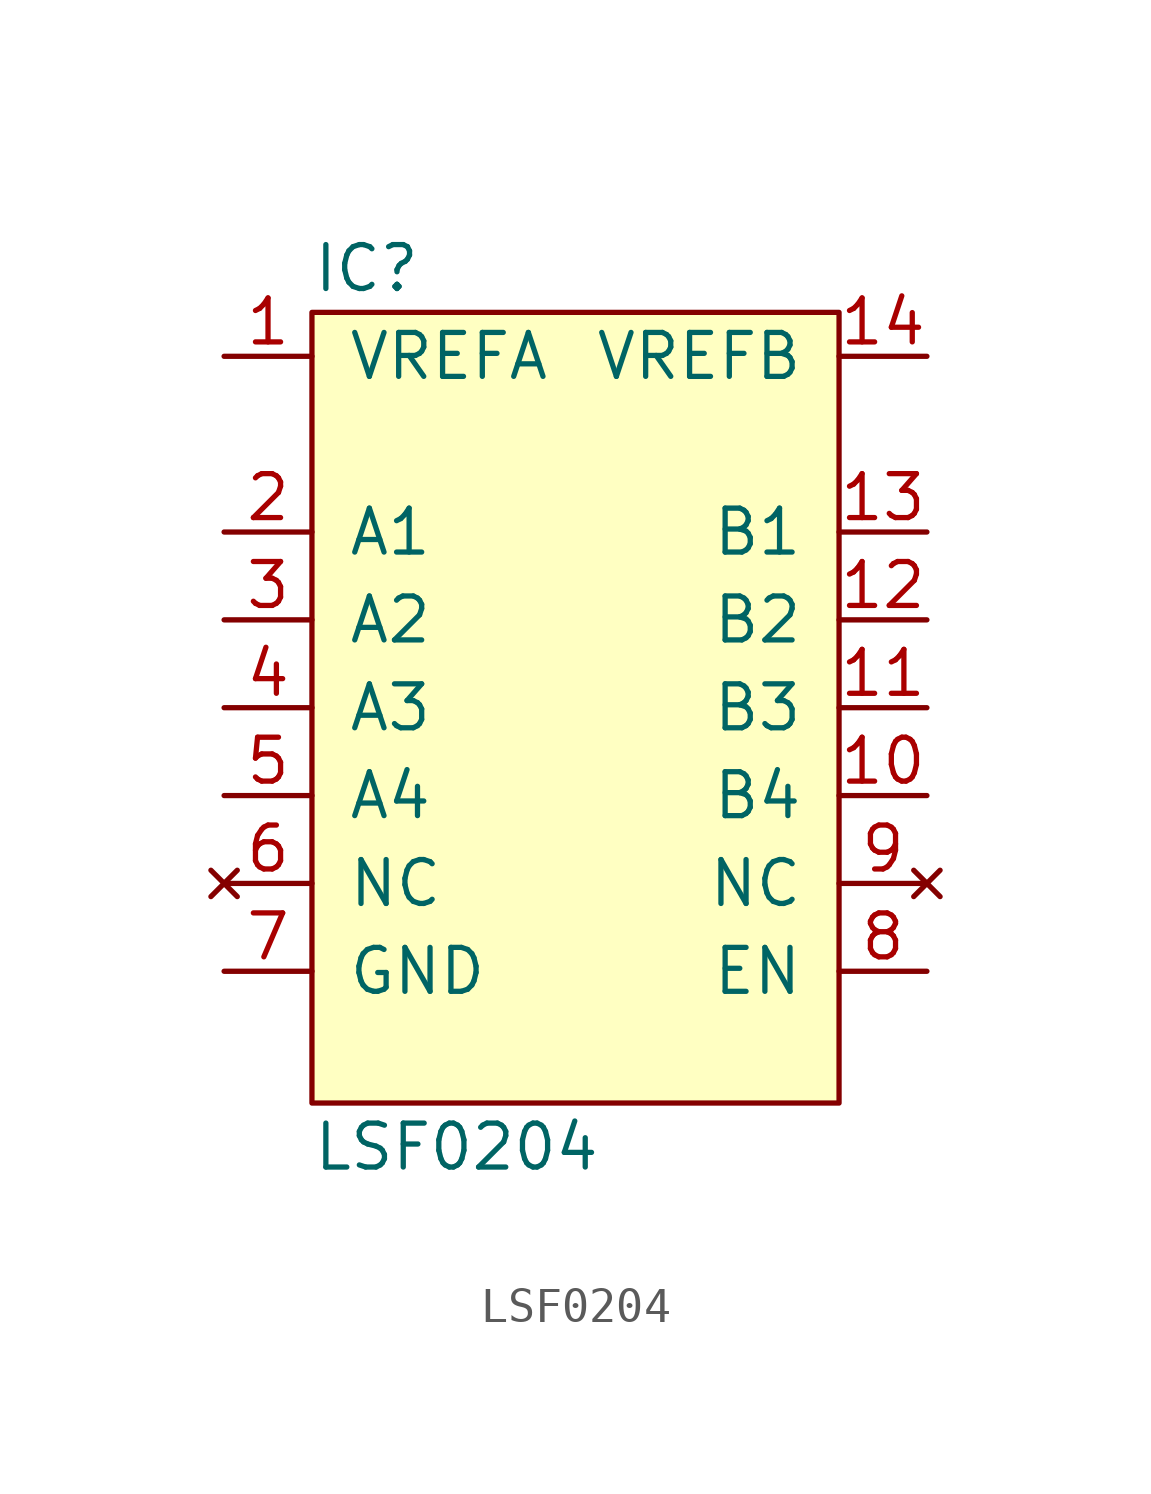
<source format=kicad_sym>
(kicad_symbol_lib
  (version 20211014)
  (generator agg_kicad.build_lib_ic)
  (symbol "LSF0204"
    (pin_names
      (offset 1.016))
    (property Reference IC
      (at -7.62 12.7 0)
      (effects (font (size 1.27 1.27)) (justify left)))
    (property Value "LSF0204"
      (at -7.62 -12.7 0)
      (effects (font (size 1.27 1.27)) (justify left)))
    (symbol "LSF0204_0_0"
      (rectangle (start -7.62 11.43) (end 7.62 -11.43) (stroke (width 0) (type default) (color 0 0 0 0)) (fill (type background)))
      (pin power_in line (at -10.16 10.16 0) (length 2.54) (name VREFA (effects (font (size 1.27 1.27)))) (number "1" (effects (font (size 1.27 1.27)))))
      (pin bidirectional line (at -10.16 5.08 0) (length 2.54) (name "A1" (effects (font (size 1.27 1.27)))) (number "2" (effects (font (size 1.27 1.27)))))
      (pin bidirectional line (at -10.16 2.54 0) (length 2.54) (name "A2" (effects (font (size 1.27 1.27)))) (number "3" (effects (font (size 1.27 1.27)))))
      (pin bidirectional line (at -10.16 0 0) (length 2.54) (name "A3" (effects (font (size 1.27 1.27)))) (number "4" (effects (font (size 1.27 1.27)))))
      (pin bidirectional line (at -10.16 -2.54 0) (length 2.54) (name "A4" (effects (font (size 1.27 1.27)))) (number "5" (effects (font (size 1.27 1.27)))))
      (pin no_connect line (at -10.16 -5.08 0) (length 2.54) (name NC (effects (font (size 1.27 1.27)))) (number "6" (effects (font (size 1.27 1.27)))))
      (pin power_in line (at -10.16 -7.62 0) (length 2.54) (name GND (effects (font (size 1.27 1.27)))) (number "7" (effects (font (size 1.27 1.27)))))
      (pin power_in line (at 10.16 10.16 180) (length 2.54) (name VREFB (effects (font (size 1.27 1.27)))) (number "14" (effects (font (size 1.27 1.27)))))
      (pin bidirectional line (at 10.16 5.08 180) (length 2.54) (name "B1" (effects (font (size 1.27 1.27)))) (number "13" (effects (font (size 1.27 1.27)))))
      (pin bidirectional line (at 10.16 2.54 180) (length 2.54) (name "B2" (effects (font (size 1.27 1.27)))) (number "12" (effects (font (size 1.27 1.27)))))
      (pin bidirectional line (at 10.16 0 180) (length 2.54) (name "B3" (effects (font (size 1.27 1.27)))) (number "11" (effects (font (size 1.27 1.27)))))
      (pin bidirectional line (at 10.16 -2.54 180) (length 2.54) (name "B4" (effects (font (size 1.27 1.27)))) (number "10" (effects (font (size 1.27 1.27)))))
      (pin no_connect line (at 10.16 -5.08 180) (length 2.54) (name NC (effects (font (size 1.27 1.27)))) (number "9" (effects (font (size 1.27 1.27)))))
      (pin input line (at 10.16 -7.62 180) (length 2.54) (name EN (effects (font (size 1.27 1.27)))) (number "8" (effects (font (size 1.27 1.27))))))))
</source>
